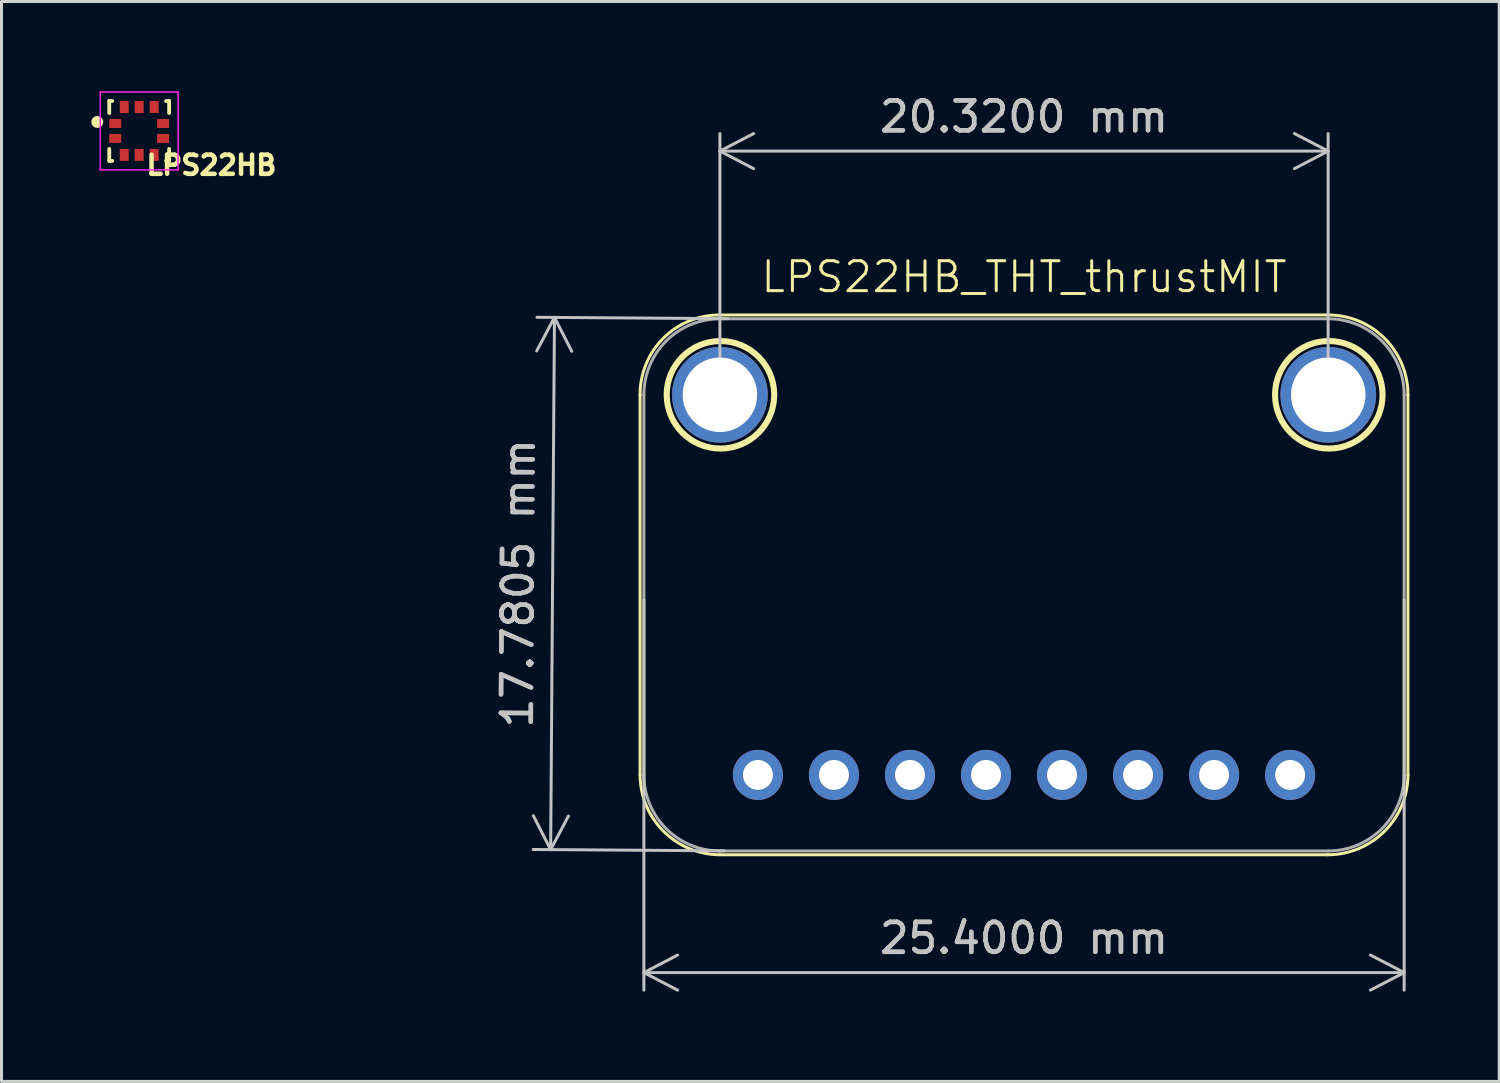
<source format=kicad_pcb>
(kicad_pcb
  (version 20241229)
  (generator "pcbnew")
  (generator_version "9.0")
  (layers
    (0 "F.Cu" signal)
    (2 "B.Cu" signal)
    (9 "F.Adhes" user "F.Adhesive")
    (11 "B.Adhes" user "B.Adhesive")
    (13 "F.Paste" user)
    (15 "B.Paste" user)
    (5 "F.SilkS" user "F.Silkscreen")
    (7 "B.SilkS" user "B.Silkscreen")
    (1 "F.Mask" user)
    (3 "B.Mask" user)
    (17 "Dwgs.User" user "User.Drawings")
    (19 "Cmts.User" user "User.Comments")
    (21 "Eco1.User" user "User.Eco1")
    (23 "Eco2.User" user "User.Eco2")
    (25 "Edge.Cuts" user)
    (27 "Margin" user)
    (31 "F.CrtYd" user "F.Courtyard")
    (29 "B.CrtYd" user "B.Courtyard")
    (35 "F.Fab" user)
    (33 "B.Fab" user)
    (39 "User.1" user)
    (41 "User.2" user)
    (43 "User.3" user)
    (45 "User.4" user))
  (footprint "LPS22HB_THT_thrustMIT"
    (layer "F.Cu")
    (at 31.162 16.49)
    (property "Reference" "LPS22HB_THT_thrustMIT" (at 0 -10.287 0) (unlocked yes) (layer "F.SilkS") (effects (font (size 1 1) (thickness 0.1))))
    (attr through_hole)
    (fp_line (start -12.827 -6.35) (end -12.827 6.34) (stroke (width 0.1) (type default)) (layer "F.SilkS"))
    (fp_line (start -10.16 -9.017) (end 10.16 -9.017) (stroke (width 0.1) (type default)) (layer "F.SilkS"))
    (fp_line (start 10.16 9.017) (end -10.16 9.017) (stroke (width 0.1) (type default)) (layer "F.SilkS"))
    (fp_line (start 12.827 -6.35) (end 12.827 6.35) (stroke (width 0.1) (type default)) (layer "F.SilkS"))
    (fp_arc (start -12.827 -6.35) (mid -12.050407 -8.240407) (end -10.16 -9.017) (stroke (width 0.1) (type default)) (layer "F.SilkS"))
    (fp_arc (start -10.16 9.017) (mid -12.046433 8.229392) (end -12.826963 6.340019) (stroke (width 0.1) (type default)) (layer "F.SilkS"))
    (fp_arc (start 10.16 -9.017) (mid 12.045854 -8.235854) (end 12.827 -6.35) (stroke (width 0.1) (type default)) (layer "F.SilkS"))
    (fp_arc (start 12.827 6.35) (mid 12.039391 8.236431) (end 10.150019 9.016963) (stroke (width 0.1) (type default)) (layer "F.SilkS"))
    (fp_circle (center -10.142 -6.35) (end -8.346 -6.35) (stroke (width 0.203) (type default)) (fill no) (layer "F.SilkS"))
    (fp_circle (center 10.183 -6.35) (end 11.979 -6.35) (stroke (width 0.203) (type default)) (fill no) (layer "F.SilkS"))
    (fp_line (start -12.7 6.35) (end -12.7 -6.35) (stroke (width 0.1) (type default)) (layer "F.Fab"))
    (fp_line (start -10.16 -8.89) (end 10.16 -8.89) (stroke (width 0.1) (type default)) (layer "F.Fab"))
    (fp_line (start 10.16 8.89) (end -10.16 8.89) (stroke (width 0.1) (type default)) (layer "F.Fab"))
    (fp_line (start 12.7 -6.35) (end 12.7 6.35) (stroke (width 0.1) (type default)) (layer "F.Fab"))
    (fp_arc (start -12.7 -6.35) (mid -11.956051 -8.146051) (end -10.16 -8.89) (stroke (width 0.1) (type default)) (layer "F.Fab"))
    (fp_arc (start -10.16 8.89) (mid -11.956051 8.146051) (end -12.7 6.35) (stroke (width 0.1) (type default)) (layer "F.Fab"))
    (fp_arc (start 10.16 -8.89) (mid 11.956051 -8.146051) (end 12.7 -6.35) (stroke (width 0.1) (type default)) (layer "F.Fab"))
    (fp_arc (start 12.7 6.35) (mid 11.956051 8.146051) (end 10.16 8.89) (stroke (width 0.1) (type default)) (layer "F.Fab"))
    (fp_poly (pts (xy -9.144 6.604) (xy -8.636 6.604) (xy -8.636 6.096) (xy -9.144 6.096)) (stroke (width 0.1) (type default)) (fill no) (layer "F.Fab"))
    (fp_poly (pts (xy -6.604 6.604) (xy -6.096 6.604) (xy -6.096 6.096) (xy -6.604 6.096)) (stroke (width 0.1) (type default)) (fill no) (layer "F.Fab"))
    (fp_poly (pts (xy -4.064 6.604) (xy -3.556 6.604) (xy -3.556 6.096) (xy -4.064 6.096)) (stroke (width 0.1) (type default)) (fill no) (layer "F.Fab"))
    (fp_poly (pts (xy -1.524 6.604) (xy -1.016 6.604) (xy -1.016 6.096) (xy -1.524 6.096)) (stroke (width 0.1) (type default)) (fill no) (layer "F.Fab"))
    (fp_poly (pts (xy 1.016 6.604) (xy 1.524 6.604) (xy 1.524 6.096) (xy 1.016 6.096)) (stroke (width 0.1) (type default)) (fill no) (layer "F.Fab"))
    (fp_poly (pts (xy 3.556 6.604) (xy 4.064 6.604) (xy 4.064 6.096) (xy 3.556 6.096)) (stroke (width 0.1) (type default)) (fill no) (layer "F.Fab"))
    (fp_poly (pts (xy 6.096 6.604) (xy 6.604 6.604) (xy 6.604 6.096) (xy 6.096 6.096)) (stroke (width 0.1) (type default)) (fill no) (layer "F.Fab"))
    (fp_poly (pts (xy 8.636 6.604) (xy 9.144 6.604) (xy 9.144 6.096) (xy 8.636 6.096)) (stroke (width 0.1) (type default)) (fill no) (layer "F.Fab"))
    (dimension (type aligned) (layer "Dwgs.User") (pts (xy 21.002 10.14) (xy 41.322 10.14)) (height -8.142) (format (prefix "") (suffix "") (units 3) (units_format 1) (precision 4)) (style (thickness 0.1) (arrow_length 1.27) (text_position_mode 0) (arrow_direction outward) (extension_height 0.586) (extension_offset 0.5) (keep_text_aligned yes)) (gr_text "20.3200 mm" (at 31.162 0.848 5.639348387e-06) (layer "Dwgs.User") (effects (font (size 1 1) (thickness 0.15)))))
    (dimension (type aligned) (layer "Dwgs.User") (pts (xy 21.764 7.6) (xy 21.637 25.38)) (height 6.29) (format (prefix "") (suffix "") (units 3) (units_format 1) (precision 4)) (style (thickness 0.1) (arrow_length 1.27) (text_position_mode 0) (arrow_direction outward) (extension_height 0.586) (extension_offset 0.5) (keep_text_aligned yes)) (gr_text "17.7805 mm" (at 14.26 16.437 89.591) (layer "Dwgs.User") (effects (font (size 1 1) (thickness 0.15)))))
    (dimension (type aligned) (layer "Dwgs.User") (pts (xy 18.462 16.49) (xy 43.862 16.49)) (height 12.954) (format (prefix "") (suffix "") (units 3) (units_format 1) (precision 4)) (style (thickness 0.1) (arrow_length 1.27) (text_position_mode 0) (arrow_direction outward) (extension_height 0.586) (extension_offset 0.5) (keep_text_aligned yes)) (gr_text "25.4000 mm" (at 31.162 28.294 0) (layer "Dwgs.User") (effects (font (size 1 1) (thickness 0.15)))))
    (pad "1" thru_hole circle (at -8.89 6.35 90) (size 1.676 1.676) (drill 1) (layers "*.Cu" "*.Mask" "Eco2.User"))
    (pad "2" thru_hole circle (at -6.35 6.35 90) (size 1.676 1.676) (drill 1) (layers "*.Cu" "*.Mask" "Eco2.User"))
    (pad "3" thru_hole circle (at -3.81 6.35 90) (size 1.676 1.676) (drill 1) (layers "*.Cu" "*.Mask" "Eco2.User"))
    (pad "4" thru_hole circle (at -1.27 6.35 90) (size 1.676 1.676) (drill 1) (layers "*.Cu" "*.Mask" "Eco2.User"))
    (pad "5" thru_hole circle (at 1.27 6.35 90) (size 1.676 1.676) (drill 1) (layers "*.Cu" "*.Mask" "Eco2.User"))
    (pad "6" thru_hole circle (at 3.81 6.35 90) (size 1.676 1.676) (drill 1) (layers "*.Cu" "*.Mask" "Eco2.User"))
    (pad "7" thru_hole circle (at 6.35 6.35 90) (size 1.676 1.676) (drill 1) (layers "*.Cu" "*.Mask" "Eco2.User"))
    (pad "8" thru_hole circle (at 8.89 6.35 90) (size 1.676 1.676) (drill 1) (layers "*.Cu" "*.Mask" "Eco2.User"))
    (pad "M$1" thru_hole circle (at 10.165 -6.35) (size 3.2 3.2) (drill 2.489) (layers "*.Cu" "*.Mask"))
    (pad "M$2" thru_hole circle (at -10.16 -6.35) (size 3.2 3.2) (drill 2.489) (layers "*.Cu" "*.Mask")))
  (footprint "LPS22HB"
    (layer "F.Cu")
    (at 1.6 1.325)
    (property "Reference" "LPS22HB" (at 2.413 1.143 0) (layer "F.SilkS") (effects (font (size 0.641 0.641) (thickness 0.15))))
    (attr smd)
    (fp_line (start -1 -1) (end -1 -0.6) (stroke (width 0.127) (type solid)) (layer "F.SilkS"))
    (fp_line (start -1 0.6) (end -1 1) (stroke (width 0.127) (type solid)) (layer "F.SilkS"))
    (fp_line (start -0.9 -1) (end -1 -1) (stroke (width 0.127) (type solid)) (layer "F.SilkS"))
    (fp_line (start -0.9 1) (end -1 1) (stroke (width 0.127) (type solid)) (layer "F.SilkS"))
    (fp_line (start 0.9 1) (end 1 1) (stroke (width 0.127) (type solid)) (layer "F.SilkS"))
    (fp_line (start 1 -1) (end 0.9 -1) (stroke (width 0.127) (type solid)) (layer "F.SilkS"))
    (fp_line (start 1 -1) (end 1 -0.6) (stroke (width 0.127) (type solid)) (layer "F.SilkS"))
    (fp_line (start 1 1) (end 1 0.6) (stroke (width 0.127) (type solid)) (layer "F.SilkS"))
    (fp_circle (center -1.4 -0.3) (end -1.3 -0.3) (stroke (width 0.2) (type solid)) (fill no) (layer "F.SilkS"))
    (fp_line (start -1.3 -1.3) (end 1.3 -1.3) (stroke (width 0.05) (type solid)) (layer "F.CrtYd"))
    (fp_line (start -1.3 1.3) (end -1.3 -1.3) (stroke (width 0.05) (type solid)) (layer "F.CrtYd"))
    (fp_line (start 1.3 -1.3) (end 1.3 1.3) (stroke (width 0.05) (type solid)) (layer "F.CrtYd"))
    (fp_line (start 1.3 1.3) (end -1.3 1.3) (stroke (width 0.05) (type solid)) (layer "F.CrtYd"))
    (pad "1" smd rect (at -0.8 -0.25) (size 0.4 0.3) (layers "F.Cu" "F.Mask" "F.Paste"))
    (pad "2" smd rect (at -0.8 0.25) (size 0.4 0.3) (layers "F.Cu" "F.Mask" "F.Paste"))
    (pad "3" smd rect (at -0.5 0.8 90) (size 0.4 0.3) (layers "F.Cu" "F.Mask" "F.Paste"))
    (pad "4" smd rect (at 0 0.8 90) (size 0.4 0.3) (layers "F.Cu" "F.Mask" "F.Paste"))
    (pad "5" smd rect (at 0.5 0.8 90) (size 0.4 0.3) (layers "F.Cu" "F.Mask" "F.Paste"))
    (pad "6" smd rect (at 0.8 0.25 180) (size 0.4 0.3) (layers "F.Cu" "F.Mask" "F.Paste"))
    (pad "7" smd rect (at 0.8 -0.25 180) (size 0.4 0.3) (layers "F.Cu" "F.Mask" "F.Paste"))
    (pad "8" smd rect (at 0.5 -0.8 270) (size 0.4 0.3) (layers "F.Cu" "F.Mask" "F.Paste"))
    (pad "9" smd rect (at 0 -0.8 270) (size 0.4 0.3) (layers "F.Cu" "F.Mask" "F.Paste"))
    (pad "10" smd rect (at -0.5 -0.8 270) (size 0.4 0.3) (layers "F.Cu" "F.Mask" "F.Paste")))
  (gr_rect
    (start -3 -3)
    (end 47.039 33.081)
    (stroke (width 0.1) (type default))
    (fill no)
    (layer "Edge.Cuts")))
</source>
